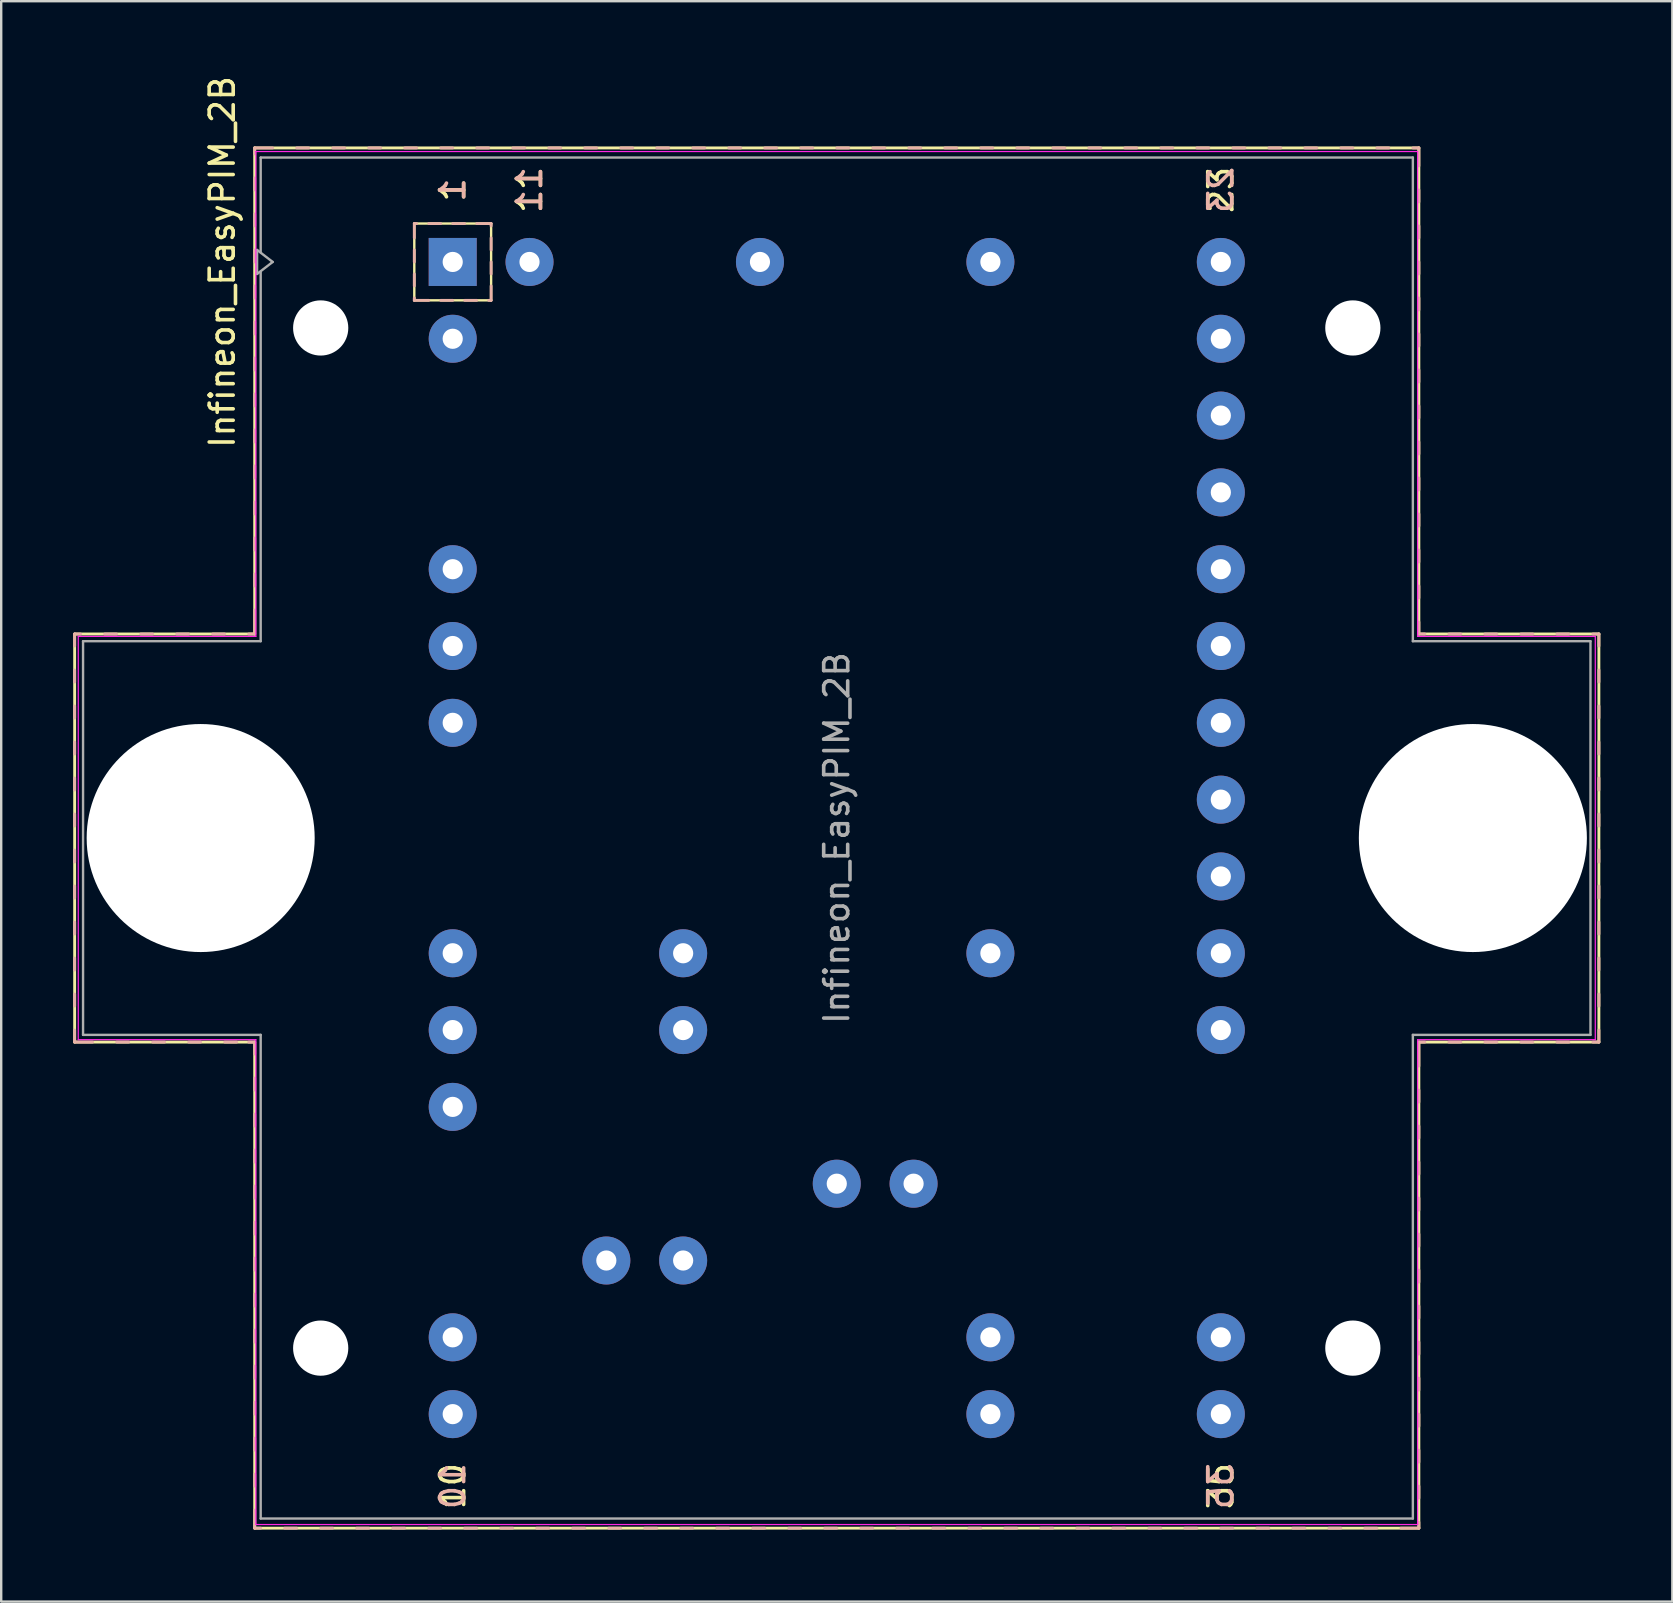
<source format=kicad_pcb>
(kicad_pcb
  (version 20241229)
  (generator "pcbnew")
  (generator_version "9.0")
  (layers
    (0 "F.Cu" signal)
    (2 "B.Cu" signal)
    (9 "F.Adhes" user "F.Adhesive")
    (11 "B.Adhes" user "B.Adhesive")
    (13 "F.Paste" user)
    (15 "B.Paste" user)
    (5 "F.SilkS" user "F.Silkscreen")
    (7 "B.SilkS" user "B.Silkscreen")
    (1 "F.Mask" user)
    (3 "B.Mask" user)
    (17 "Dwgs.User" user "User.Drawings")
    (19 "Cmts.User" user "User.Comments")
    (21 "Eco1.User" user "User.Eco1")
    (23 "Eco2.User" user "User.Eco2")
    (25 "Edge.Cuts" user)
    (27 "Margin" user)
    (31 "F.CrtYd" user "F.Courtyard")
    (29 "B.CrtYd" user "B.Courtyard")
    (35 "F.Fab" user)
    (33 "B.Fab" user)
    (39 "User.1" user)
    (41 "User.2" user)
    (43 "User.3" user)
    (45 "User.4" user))
  (footprint "Infineon_EasyPIM_2B"
    (layer "F.Cu")
    (at 15.81 7.863)
    (property "Reference" "Infineon_EasyPIM_2B" (at -9.6 0 90) (layer "F.SilkS") (effects (font (size 1 1) (thickness 0.15))))
    (attr through_hole)
    (fp_line (start -15.75 15.5) (end -15.75 32.5) (stroke (width 0.12) (type solid)) (layer "F.SilkS"))
    (fp_line (start -15.75 32.5) (end -8.25 32.5) (stroke (width 0.12) (type solid)) (layer "F.SilkS"))
    (fp_line (start -8.25 -4.75) (end -8.25 15.5) (stroke (width 0.12) (type solid)) (layer "F.SilkS"))
    (fp_line (start -8.25 15.5) (end -15.75 15.5) (stroke (width 0.12) (type solid)) (layer "F.SilkS"))
    (fp_line (start -8.25 32.5) (end -8.25 52.75) (stroke (width 0.12) (type solid)) (layer "F.SilkS"))
    (fp_line (start -8.25 52.75) (end 40.25 52.75) (stroke (width 0.12) (type solid)) (layer "F.SilkS"))
    (fp_line (start -1.6 -1.6) (end 1.6 -1.6) (stroke (width 0.1) (type solid)) (layer "F.SilkS"))
    (fp_line (start -1.6 1.6) (end -1.6 -1.6) (stroke (width 0.1) (type solid)) (layer "F.SilkS"))
    (fp_line (start 1.6 -1.6) (end 1.6 1.6) (stroke (width 0.1) (type solid)) (layer "F.SilkS"))
    (fp_line (start 1.6 1.6) (end -1.6 1.6) (stroke (width 0.1) (type solid)) (layer "F.SilkS"))
    (fp_line (start 40.25 -4.75) (end -8.25 -4.75) (stroke (width 0.12) (type solid)) (layer "F.SilkS"))
    (fp_line (start 40.25 15.5) (end 40.25 -4.75) (stroke (width 0.12) (type solid)) (layer "F.SilkS"))
    (fp_line (start 40.25 32.5) (end 47.75 32.5) (stroke (width 0.12) (type solid)) (layer "F.SilkS"))
    (fp_line (start 40.25 52.75) (end 40.25 32.5) (stroke (width 0.12) (type solid)) (layer "F.SilkS"))
    (fp_line (start 47.75 15.5) (end 40.25 15.5) (stroke (width 0.12) (type solid)) (layer "F.SilkS"))
    (fp_line (start 47.75 32.5) (end 47.75 15.5) (stroke (width 0.12) (type solid)) (layer "F.SilkS"))
    (fp_line (start -15.75 15.5) (end -15.75 16) (stroke (width 0.12) (type solid)) (layer "B.SilkS"))
    (fp_line (start -15.75 17) (end -15.75 17.5) (stroke (width 0.12) (type solid)) (layer "B.SilkS"))
    (fp_line (start -15.75 18.5) (end -15.75 19) (stroke (width 0.12) (type solid)) (layer "B.SilkS"))
    (fp_line (start -15.75 20) (end -15.75 20.5) (stroke (width 0.12) (type solid)) (layer "B.SilkS"))
    (fp_line (start -15.75 21.5) (end -15.75 22) (stroke (width 0.12) (type solid)) (layer "B.SilkS"))
    (fp_line (start -15.75 23) (end -15.75 23.5) (stroke (width 0.12) (type solid)) (layer "B.SilkS"))
    (fp_line (start -15.75 24.5) (end -15.75 25) (stroke (width 0.12) (type solid)) (layer "B.SilkS"))
    (fp_line (start -15.75 26) (end -15.75 26.5) (stroke (width 0.12) (type solid)) (layer "B.SilkS"))
    (fp_line (start -15.75 27.5) (end -15.75 28) (stroke (width 0.12) (type solid)) (layer "B.SilkS"))
    (fp_line (start -15.75 29) (end -15.75 29.5) (stroke (width 0.12) (type solid)) (layer "B.SilkS"))
    (fp_line (start -15.75 30.5) (end -15.75 31) (stroke (width 0.12) (type solid)) (layer "B.SilkS"))
    (fp_line (start -15.75 32) (end -15.75 32.5) (stroke (width 0.12) (type solid)) (layer "B.SilkS"))
    (fp_line (start -15.75 32.5) (end -15 32.5) (stroke (width 0.12) (type solid)) (layer "B.SilkS"))
    (fp_line (start -15.5 15.5) (end -15.75 15.5) (stroke (width 0.12) (type solid)) (layer "B.SilkS"))
    (fp_line (start -14 15.5) (end -14.5 15.5) (stroke (width 0.12) (type solid)) (layer "B.SilkS"))
    (fp_line (start -14 32.5) (end -13.5 32.5) (stroke (width 0.12) (type solid)) (layer "B.SilkS"))
    (fp_line (start -12.5 15.5) (end -13 15.5) (stroke (width 0.12) (type solid)) (layer "B.SilkS"))
    (fp_line (start -12.5 32.5) (end -12 32.5) (stroke (width 0.12) (type solid)) (layer "B.SilkS"))
    (fp_line (start -11 15.5) (end -11.5 15.5) (stroke (width 0.12) (type solid)) (layer "B.SilkS"))
    (fp_line (start -11 32.5) (end -10.5 32.5) (stroke (width 0.12) (type solid)) (layer "B.SilkS"))
    (fp_line (start -9.5 15.5) (end -10 15.5) (stroke (width 0.12) (type solid)) (layer "B.SilkS"))
    (fp_line (start -9.5 32.5) (end -9 32.5) (stroke (width 0.12) (type solid)) (layer "B.SilkS"))
    (fp_line (start -8.5 32.5) (end -8.25 32.5) (stroke (width 0.12) (type solid)) (layer "B.SilkS"))
    (fp_line (start -8.25 -4.75) (end -8.25 -4.5) (stroke (width 0.12) (type solid)) (layer "B.SilkS"))
    (fp_line (start -8.25 -3.5) (end -8.25 -3) (stroke (width 0.12) (type solid)) (layer "B.SilkS"))
    (fp_line (start -8.25 -2) (end -8.25 -1.5) (stroke (width 0.12) (type solid)) (layer "B.SilkS"))
    (fp_line (start -8.25 -0.5) (end -8.25 0) (stroke (width 0.12) (type solid)) (layer "B.SilkS"))
    (fp_line (start -8.25 1) (end -8.25 1.5) (stroke (width 0.12) (type solid)) (layer "B.SilkS"))
    (fp_line (start -8.25 2.5) (end -8.25 3) (stroke (width 0.12) (type solid)) (layer "B.SilkS"))
    (fp_line (start -8.25 4) (end -8.25 4.5) (stroke (width 0.12) (type solid)) (layer "B.SilkS"))
    (fp_line (start -8.25 5.5) (end -8.25 6) (stroke (width 0.12) (type solid)) (layer "B.SilkS"))
    (fp_line (start -8.25 7) (end -8.25 7.5) (stroke (width 0.12) (type solid)) (layer "B.SilkS"))
    (fp_line (start -8.25 8.5) (end -8.25 9) (stroke (width 0.12) (type solid)) (layer "B.SilkS"))
    (fp_line (start -8.25 10) (end -8.25 10.5) (stroke (width 0.12) (type solid)) (layer "B.SilkS"))
    (fp_line (start -8.25 11.5) (end -8.25 12) (stroke (width 0.12) (type solid)) (layer "B.SilkS"))
    (fp_line (start -8.25 13) (end -8.25 13.5) (stroke (width 0.12) (type solid)) (layer "B.SilkS"))
    (fp_line (start -8.25 14.5) (end -8.25 15.5) (stroke (width 0.12) (type solid)) (layer "B.SilkS"))
    (fp_line (start -8.25 15.5) (end -8.5 15.5) (stroke (width 0.12) (type solid)) (layer "B.SilkS"))
    (fp_line (start -8.25 32.5) (end -8.25 33) (stroke (width 0.12) (type solid)) (layer "B.SilkS"))
    (fp_line (start -8.25 34) (end -8.25 34.5) (stroke (width 0.12) (type solid)) (layer "B.SilkS"))
    (fp_line (start -8.25 35.5) (end -8.25 36) (stroke (width 0.12) (type solid)) (layer "B.SilkS"))
    (fp_line (start -8.25 37) (end -8.25 37.5) (stroke (width 0.12) (type solid)) (layer "B.SilkS"))
    (fp_line (start -8.25 38.5) (end -8.25 39) (stroke (width 0.12) (type solid)) (layer "B.SilkS"))
    (fp_line (start -8.25 40) (end -8.25 40.5) (stroke (width 0.12) (type solid)) (layer "B.SilkS"))
    (fp_line (start -8.25 41.5) (end -8.25 42) (stroke (width 0.12) (type solid)) (layer "B.SilkS"))
    (fp_line (start -8.25 43) (end -8.25 43.5) (stroke (width 0.12) (type solid)) (layer "B.SilkS"))
    (fp_line (start -8.25 44.5) (end -8.25 45) (stroke (width 0.12) (type solid)) (layer "B.SilkS"))
    (fp_line (start -8.25 46) (end -8.25 46.5) (stroke (width 0.12) (type solid)) (layer "B.SilkS"))
    (fp_line (start -8.25 47.5) (end -8.25 48) (stroke (width 0.12) (type solid)) (layer "B.SilkS"))
    (fp_line (start -8.25 49) (end -8.25 49.5) (stroke (width 0.12) (type solid)) (layer "B.SilkS"))
    (fp_line (start -8.25 50.5) (end -8.25 51) (stroke (width 0.12) (type solid)) (layer "B.SilkS"))
    (fp_line (start -8.25 52) (end -8.25 52.75) (stroke (width 0.12) (type solid)) (layer "B.SilkS"))
    (fp_line (start -8.25 52.75) (end -8 52.75) (stroke (width 0.12) (type solid)) (layer "B.SilkS"))
    (fp_line (start -7.5 -4.75) (end -8.25 -4.75) (stroke (width 0.12) (type solid)) (layer "B.SilkS"))
    (fp_line (start -7 52.75) (end -6.5 52.75) (stroke (width 0.12) (type solid)) (layer "B.SilkS"))
    (fp_line (start -6 -4.75) (end -6.5 -4.75) (stroke (width 0.12) (type solid)) (layer "B.SilkS"))
    (fp_line (start -5.5 52.75) (end -5 52.75) (stroke (width 0.12) (type solid)) (layer "B.SilkS"))
    (fp_line (start -4.5 -4.75) (end -5 -4.75) (stroke (width 0.12) (type solid)) (layer "B.SilkS"))
    (fp_line (start -4 52.75) (end -3.5 52.75) (stroke (width 0.12) (type solid)) (layer "B.SilkS"))
    (fp_line (start -3 -4.75) (end -3.5 -4.75) (stroke (width 0.12) (type solid)) (layer "B.SilkS"))
    (fp_line (start -2.5 52.75) (end -2 52.75) (stroke (width 0.12) (type solid)) (layer "B.SilkS"))
    (fp_line (start -1.6 -1.6) (end -1.6 -1) (stroke (width 0.12) (type solid)) (layer "B.SilkS"))
    (fp_line (start -1.6 -0.5) (end -1.6 0) (stroke (width 0.12) (type solid)) (layer "B.SilkS"))
    (fp_line (start -1.6 0.5) (end -1.6 1) (stroke (width 0.12) (type solid)) (layer "B.SilkS"))
    (fp_line (start -1.6 1.5) (end -1.6 1.6) (stroke (width 0.12) (type solid)) (layer "B.SilkS"))
    (fp_line (start -1.6 1.6) (end -1 1.6) (stroke (width 0.12) (type solid)) (layer "B.SilkS"))
    (fp_line (start -1.5 -4.75) (end -2 -4.75) (stroke (width 0.12) (type solid)) (layer "B.SilkS"))
    (fp_line (start -1.5 -1.6) (end -1.6 -1.6) (stroke (width 0.12) (type solid)) (layer "B.SilkS"))
    (fp_line (start -1 52.75) (end -0.5 52.75) (stroke (width 0.12) (type solid)) (layer "B.SilkS"))
    (fp_line (start -0.5 -1.6) (end -1 -1.6) (stroke (width 0.12) (type solid)) (layer "B.SilkS"))
    (fp_line (start -0.5 1.6) (end 0 1.6) (stroke (width 0.12) (type solid)) (layer "B.SilkS"))
    (fp_line (start 0 -4.75) (end -0.5 -4.75) (stroke (width 0.12) (type solid)) (layer "B.SilkS"))
    (fp_line (start 0.5 -1.6) (end 0 -1.6) (stroke (width 0.12) (type solid)) (layer "B.SilkS"))
    (fp_line (start 0.5 1.6) (end 1 1.6) (stroke (width 0.12) (type solid)) (layer "B.SilkS"))
    (fp_line (start 0.5 52.75) (end 1 52.75) (stroke (width 0.12) (type solid)) (layer "B.SilkS"))
    (fp_line (start 1.5 -4.75) (end 1 -4.75) (stroke (width 0.12) (type solid)) (layer "B.SilkS"))
    (fp_line (start 1.5 1.6) (end 1.6 1.6) (stroke (width 0.12) (type solid)) (layer "B.SilkS"))
    (fp_line (start 1.6 -1.6) (end 1 -1.6) (stroke (width 0.12) (type solid)) (layer "B.SilkS"))
    (fp_line (start 1.6 -1.5) (end 1.6 -1.6) (stroke (width 0.12) (type solid)) (layer "B.SilkS"))
    (fp_line (start 1.6 -0.5) (end 1.6 -1) (stroke (width 0.12) (type solid)) (layer "B.SilkS"))
    (fp_line (start 1.6 0.5) (end 1.6 0) (stroke (width 0.12) (type solid)) (layer "B.SilkS"))
    (fp_line (start 1.6 1.6) (end 1.6 1) (stroke (width 0.12) (type solid)) (layer "B.SilkS"))
    (fp_line (start 2 52.75) (end 2.5 52.75) (stroke (width 0.12) (type solid)) (layer "B.SilkS"))
    (fp_line (start 3 -4.75) (end 2.5 -4.75) (stroke (width 0.12) (type solid)) (layer "B.SilkS"))
    (fp_line (start 3.5 52.75) (end 4 52.75) (stroke (width 0.12) (type solid)) (layer "B.SilkS"))
    (fp_line (start 4.5 -4.75) (end 4 -4.75) (stroke (width 0.12) (type solid)) (layer "B.SilkS"))
    (fp_line (start 5 52.75) (end 5.5 52.75) (stroke (width 0.12) (type solid)) (layer "B.SilkS"))
    (fp_line (start 6 -4.75) (end 5.5 -4.75) (stroke (width 0.12) (type solid)) (layer "B.SilkS"))
    (fp_line (start 6.5 52.75) (end 7 52.75) (stroke (width 0.12) (type solid)) (layer "B.SilkS"))
    (fp_line (start 7.5 -4.75) (end 7 -4.75) (stroke (width 0.12) (type solid)) (layer "B.SilkS"))
    (fp_line (start 8 52.75) (end 8.5 52.75) (stroke (width 0.12) (type solid)) (layer "B.SilkS"))
    (fp_line (start 9 -4.75) (end 8.5 -4.75) (stroke (width 0.12) (type solid)) (layer "B.SilkS"))
    (fp_line (start 9.5 52.75) (end 10 52.75) (stroke (width 0.12) (type solid)) (layer "B.SilkS"))
    (fp_line (start 10.5 -4.75) (end 10 -4.75) (stroke (width 0.12) (type solid)) (layer "B.SilkS"))
    (fp_line (start 11 52.75) (end 11.5 52.75) (stroke (width 0.12) (type solid)) (layer "B.SilkS"))
    (fp_line (start 12 -4.75) (end 11.5 -4.75) (stroke (width 0.12) (type solid)) (layer "B.SilkS"))
    (fp_line (start 12.5 52.75) (end 13 52.75) (stroke (width 0.12) (type solid)) (layer "B.SilkS"))
    (fp_line (start 13.5 -4.75) (end 13 -4.75) (stroke (width 0.12) (type solid)) (layer "B.SilkS"))
    (fp_line (start 14 52.75) (end 14.5 52.75) (stroke (width 0.12) (type solid)) (layer "B.SilkS"))
    (fp_line (start 15 -4.75) (end 14.5 -4.75) (stroke (width 0.12) (type solid)) (layer "B.SilkS"))
    (fp_line (start 15.5 52.75) (end 16 52.75) (stroke (width 0.12) (type solid)) (layer "B.SilkS"))
    (fp_line (start 16.5 -4.75) (end 16 -4.75) (stroke (width 0.12) (type solid)) (layer "B.SilkS"))
    (fp_line (start 17 52.75) (end 17.5 52.75) (stroke (width 0.12) (type solid)) (layer "B.SilkS"))
    (fp_line (start 18 -4.75) (end 17.5 -4.75) (stroke (width 0.12) (type solid)) (layer "B.SilkS"))
    (fp_line (start 18.5 52.75) (end 19 52.75) (stroke (width 0.12) (type solid)) (layer "B.SilkS"))
    (fp_line (start 19.5 -4.75) (end 19 -4.75) (stroke (width 0.12) (type solid)) (layer "B.SilkS"))
    (fp_line (start 20 52.75) (end 20.5 52.75) (stroke (width 0.12) (type solid)) (layer "B.SilkS"))
    (fp_line (start 21 -4.75) (end 20.5 -4.75) (stroke (width 0.12) (type solid)) (layer "B.SilkS"))
    (fp_line (start 21.5 52.75) (end 22 52.75) (stroke (width 0.12) (type solid)) (layer "B.SilkS"))
    (fp_line (start 22.5 -4.75) (end 22 -4.75) (stroke (width 0.12) (type solid)) (layer "B.SilkS"))
    (fp_line (start 23 52.75) (end 23.5 52.75) (stroke (width 0.12) (type solid)) (layer "B.SilkS"))
    (fp_line (start 24 -4.75) (end 23.5 -4.75) (stroke (width 0.12) (type solid)) (layer "B.SilkS"))
    (fp_line (start 24.5 52.75) (end 25 52.75) (stroke (width 0.12) (type solid)) (layer "B.SilkS"))
    (fp_line (start 25.5 -4.75) (end 25 -4.75) (stroke (width 0.12) (type solid)) (layer "B.SilkS"))
    (fp_line (start 26 52.75) (end 26.5 52.75) (stroke (width 0.12) (type solid)) (layer "B.SilkS"))
    (fp_line (start 27 -4.75) (end 26.5 -4.75) (stroke (width 0.12) (type solid)) (layer "B.SilkS"))
    (fp_line (start 27.5 52.75) (end 28 52.75) (stroke (width 0.12) (type solid)) (layer "B.SilkS"))
    (fp_line (start 28.5 -4.75) (end 28 -4.75) (stroke (width 0.12) (type solid)) (layer "B.SilkS"))
    (fp_line (start 29 52.75) (end 29.5 52.75) (stroke (width 0.12) (type solid)) (layer "B.SilkS"))
    (fp_line (start 30 -4.75) (end 29.5 -4.75) (stroke (width 0.12) (type solid)) (layer "B.SilkS"))
    (fp_line (start 30.5 52.75) (end 31 52.75) (stroke (width 0.12) (type solid)) (layer "B.SilkS"))
    (fp_line (start 31.5 -4.75) (end 31 -4.75) (stroke (width 0.12) (type solid)) (layer "B.SilkS"))
    (fp_line (start 32 52.75) (end 32.5 52.75) (stroke (width 0.12) (type solid)) (layer "B.SilkS"))
    (fp_line (start 33 -4.75) (end 32.5 -4.75) (stroke (width 0.12) (type solid)) (layer "B.SilkS"))
    (fp_line (start 33.5 52.75) (end 34 52.75) (stroke (width 0.12) (type solid)) (layer "B.SilkS"))
    (fp_line (start 34.5 -4.75) (end 34 -4.75) (stroke (width 0.12) (type solid)) (layer "B.SilkS"))
    (fp_line (start 35 52.75) (end 35.5 52.75) (stroke (width 0.12) (type solid)) (layer "B.SilkS"))
    (fp_line (start 36 -4.75) (end 35.5 -4.75) (stroke (width 0.12) (type solid)) (layer "B.SilkS"))
    (fp_line (start 36.5 52.75) (end 37 52.75) (stroke (width 0.12) (type solid)) (layer "B.SilkS"))
    (fp_line (start 37.5 -4.75) (end 37 -4.75) (stroke (width 0.12) (type solid)) (layer "B.SilkS"))
    (fp_line (start 38 52.75) (end 38.5 52.75) (stroke (width 0.12) (type solid)) (layer "B.SilkS"))
    (fp_line (start 39 -4.75) (end 38.5 -4.75) (stroke (width 0.12) (type solid)) (layer "B.SilkS"))
    (fp_line (start 39.5 52.75) (end 40.25 52.75) (stroke (width 0.12) (type solid)) (layer "B.SilkS"))
    (fp_line (start 40.25 -4.75) (end 40 -4.75) (stroke (width 0.12) (type solid)) (layer "B.SilkS"))
    (fp_line (start 40.25 -4) (end 40.25 -4.75) (stroke (width 0.12) (type solid)) (layer "B.SilkS"))
    (fp_line (start 40.25 -2.5) (end 40.25 -3) (stroke (width 0.12) (type solid)) (layer "B.SilkS"))
    (fp_line (start 40.25 -1) (end 40.25 -1.5) (stroke (width 0.12) (type solid)) (layer "B.SilkS"))
    (fp_line (start 40.25 0.5) (end 40.25 0) (stroke (width 0.12) (type solid)) (layer "B.SilkS"))
    (fp_line (start 40.25 2) (end 40.25 1.5) (stroke (width 0.12) (type solid)) (layer "B.SilkS"))
    (fp_line (start 40.25 3.5) (end 40.25 3) (stroke (width 0.12) (type solid)) (layer "B.SilkS"))
    (fp_line (start 40.25 5) (end 40.25 4.5) (stroke (width 0.12) (type solid)) (layer "B.SilkS"))
    (fp_line (start 40.25 6.5) (end 40.25 6) (stroke (width 0.12) (type solid)) (layer "B.SilkS"))
    (fp_line (start 40.25 8) (end 40.25 7.5) (stroke (width 0.12) (type solid)) (layer "B.SilkS"))
    (fp_line (start 40.25 9.5) (end 40.25 9) (stroke (width 0.12) (type solid)) (layer "B.SilkS"))
    (fp_line (start 40.25 11) (end 40.25 10.5) (stroke (width 0.12) (type solid)) (layer "B.SilkS"))
    (fp_line (start 40.25 12.5) (end 40.25 12) (stroke (width 0.12) (type solid)) (layer "B.SilkS"))
    (fp_line (start 40.25 14) (end 40.25 13.5) (stroke (width 0.12) (type solid)) (layer "B.SilkS"))
    (fp_line (start 40.25 15.5) (end 40.25 15) (stroke (width 0.12) (type solid)) (layer "B.SilkS"))
    (fp_line (start 40.25 32.5) (end 40.5 32.5) (stroke (width 0.12) (type solid)) (layer "B.SilkS"))
    (fp_line (start 40.25 33.5) (end 40.25 32.5) (stroke (width 0.12) (type solid)) (layer "B.SilkS"))
    (fp_line (start 40.25 35) (end 40.25 34.5) (stroke (width 0.12) (type solid)) (layer "B.SilkS"))
    (fp_line (start 40.25 36.5) (end 40.25 36) (stroke (width 0.12) (type solid)) (layer "B.SilkS"))
    (fp_line (start 40.25 38) (end 40.25 37.5) (stroke (width 0.12) (type solid)) (layer "B.SilkS"))
    (fp_line (start 40.25 39.5) (end 40.25 39) (stroke (width 0.12) (type solid)) (layer "B.SilkS"))
    (fp_line (start 40.25 41) (end 40.25 40.5) (stroke (width 0.12) (type solid)) (layer "B.SilkS"))
    (fp_line (start 40.25 42.5) (end 40.25 42) (stroke (width 0.12) (type solid)) (layer "B.SilkS"))
    (fp_line (start 40.25 44) (end 40.25 43.5) (stroke (width 0.12) (type solid)) (layer "B.SilkS"))
    (fp_line (start 40.25 45.5) (end 40.25 45) (stroke (width 0.12) (type solid)) (layer "B.SilkS"))
    (fp_line (start 40.25 47) (end 40.25 46.5) (stroke (width 0.12) (type solid)) (layer "B.SilkS"))
    (fp_line (start 40.25 48.5) (end 40.25 48) (stroke (width 0.12) (type solid)) (layer "B.SilkS"))
    (fp_line (start 40.25 50) (end 40.25 49.5) (stroke (width 0.12) (type solid)) (layer "B.SilkS"))
    (fp_line (start 40.25 51.5) (end 40.25 51) (stroke (width 0.12) (type solid)) (layer "B.SilkS"))
    (fp_line (start 40.25 52.75) (end 40.25 52.5) (stroke (width 0.12) (type solid)) (layer "B.SilkS"))
    (fp_line (start 40.5 15.5) (end 40.25 15.5) (stroke (width 0.12) (type solid)) (layer "B.SilkS"))
    (fp_line (start 41.5 32.5) (end 42 32.5) (stroke (width 0.12) (type solid)) (layer "B.SilkS"))
    (fp_line (start 42 15.5) (end 41.5 15.5) (stroke (width 0.12) (type solid)) (layer "B.SilkS"))
    (fp_line (start 43 32.5) (end 43.5 32.5) (stroke (width 0.12) (type solid)) (layer "B.SilkS"))
    (fp_line (start 43.5 15.5) (end 43 15.5) (stroke (width 0.12) (type solid)) (layer "B.SilkS"))
    (fp_line (start 44.5 32.5) (end 45 32.5) (stroke (width 0.12) (type solid)) (layer "B.SilkS"))
    (fp_line (start 45 15.5) (end 44.5 15.5) (stroke (width 0.12) (type solid)) (layer "B.SilkS"))
    (fp_line (start 46 32.5) (end 46.5 32.5) (stroke (width 0.12) (type solid)) (layer "B.SilkS"))
    (fp_line (start 46.5 15.5) (end 46 15.5) (stroke (width 0.12) (type solid)) (layer "B.SilkS"))
    (fp_line (start 47.5 32.5) (end 47.75 32.5) (stroke (width 0.12) (type solid)) (layer "B.SilkS"))
    (fp_line (start 47.75 15.5) (end 47.5 15.5) (stroke (width 0.12) (type solid)) (layer "B.SilkS"))
    (fp_line (start 47.75 16) (end 47.75 15.5) (stroke (width 0.12) (type solid)) (layer "B.SilkS"))
    (fp_line (start 47.75 17.5) (end 47.75 17) (stroke (width 0.12) (type solid)) (layer "B.SilkS"))
    (fp_line (start 47.75 19) (end 47.75 18.5) (stroke (width 0.12) (type solid)) (layer "B.SilkS"))
    (fp_line (start 47.75 20.5) (end 47.75 20) (stroke (width 0.12) (type solid)) (layer "B.SilkS"))
    (fp_line (start 47.75 22) (end 47.75 21.5) (stroke (width 0.12) (type solid)) (layer "B.SilkS"))
    (fp_line (start 47.75 23.5) (end 47.75 23) (stroke (width 0.12) (type solid)) (layer "B.SilkS"))
    (fp_line (start 47.75 25) (end 47.75 24.5) (stroke (width 0.12) (type solid)) (layer "B.SilkS"))
    (fp_line (start 47.75 26.5) (end 47.75 26) (stroke (width 0.12) (type solid)) (layer "B.SilkS"))
    (fp_line (start 47.75 28) (end 47.75 27.5) (stroke (width 0.12) (type solid)) (layer "B.SilkS"))
    (fp_line (start 47.75 29.5) (end 47.75 29) (stroke (width 0.12) (type solid)) (layer "B.SilkS"))
    (fp_line (start 47.75 31) (end 47.75 30.5) (stroke (width 0.12) (type solid)) (layer "B.SilkS"))
    (fp_line (start 47.75 32.5) (end 47.75 32) (stroke (width 0.12) (type solid)) (layer "B.SilkS"))
    (fp_line (start -15.6 15.6) (end -15.6 32.4) (stroke (width 0.05) (type solid)) (layer "F.CrtYd"))
    (fp_line (start -15.6 32.4) (end -8.2 32.4) (stroke (width 0.05) (type solid)) (layer "F.CrtYd"))
    (fp_line (start -8.2 -4.6) (end -8.2 15.6) (stroke (width 0.05) (type solid)) (layer "F.CrtYd"))
    (fp_line (start -8.2 15.6) (end -15.6 15.6) (stroke (width 0.05) (type solid)) (layer "F.CrtYd"))
    (fp_line (start -8.2 32.4) (end -8.2 52.6) (stroke (width 0.05) (type solid)) (layer "F.CrtYd"))
    (fp_line (start -8.2 52.6) (end 40.2 52.6) (stroke (width 0.05) (type solid)) (layer "F.CrtYd"))
    (fp_line (start 40.2 -4.6) (end -8.2 -4.6) (stroke (width 0.05) (type solid)) (layer "F.CrtYd"))
    (fp_line (start 40.2 15.6) (end 40.2 -4.6) (stroke (width 0.05) (type solid)) (layer "F.CrtYd"))
    (fp_line (start 40.2 32.4) (end 47.6 32.4) (stroke (width 0.05) (type solid)) (layer "F.CrtYd"))
    (fp_line (start 40.2 52.6) (end 40.2 32.4) (stroke (width 0.05) (type solid)) (layer "F.CrtYd"))
    (fp_line (start 47.6 15.6) (end 40.2 15.6) (stroke (width 0.05) (type solid)) (layer "F.CrtYd"))
    (fp_line (start 47.6 32.4) (end 47.6 15.6) (stroke (width 0.05) (type solid)) (layer "F.CrtYd"))
    (fp_line (start -15.4 15.8) (end -15.4 32.2) (stroke (width 0.1) (type solid)) (layer "F.Fab"))
    (fp_line (start -15.4 15.8) (end -8 15.8) (stroke (width 0.1) (type solid)) (layer "F.Fab"))
    (fp_line (start -15.4 32.2) (end -8 32.2) (stroke (width 0.1) (type solid)) (layer "F.Fab"))
    (fp_line (start -8.15 -0.5) (end -8.15 0.5) (stroke (width 0.1) (type solid)) (layer "F.Fab"))
    (fp_line (start -8.15 0.5) (end -7.5 0) (stroke (width 0.1) (type solid)) (layer "F.Fab"))
    (fp_line (start -8 -0.4) (end -8 -4.35) (stroke (width 0.1) (type solid)) (layer "F.Fab"))
    (fp_line (start -8 0.4) (end -8 15.8) (stroke (width 0.1) (type solid)) (layer "F.Fab"))
    (fp_line (start -8 32.2) (end -8 52.35) (stroke (width 0.1) (type solid)) (layer "F.Fab"))
    (fp_line (start -8 52.35) (end 40 52.35) (stroke (width 0.1) (type solid)) (layer "F.Fab"))
    (fp_line (start -7.5 0) (end -8.15 -0.5) (stroke (width 0.1) (type solid)) (layer "F.Fab"))
    (fp_line (start 40 -4.35) (end -8 -4.35) (stroke (width 0.1) (type solid)) (layer "F.Fab"))
    (fp_line (start 40 15.8) (end 40 -4.35) (stroke (width 0.1) (type solid)) (layer "F.Fab"))
    (fp_line (start 40 52.35) (end 40 32.2) (stroke (width 0.1) (type solid)) (layer "F.Fab"))
    (fp_line (start 47.4 15.8) (end 40 15.8) (stroke (width 0.1) (type solid)) (layer "F.Fab"))
    (fp_line (start 47.4 15.8) (end 47.4 32.2) (stroke (width 0.1) (type solid)) (layer "F.Fab"))
    (fp_line (start 47.4 32.2) (end 40 32.2) (stroke (width 0.1) (type solid)) (layer "F.Fab"))
    (fp_text user "1" (at 0 -3 90) (layer "F.SilkS") (effects (font (size 1 1) (thickness 0.15))))
    (fp_text user "35" (at 32 51 90) (layer "F.SilkS") (effects (font (size 1 1) (thickness 0.15))))
    (fp_text user "23" (at 32 -3 90) (layer "F.SilkS") (effects (font (size 1 1) (thickness 0.15))))
    (fp_text user "11" (at 3.2 -3 90) (layer "F.SilkS") (effects (font (size 1 1) (thickness 0.15))))
    (fp_text user "10" (at 0 51 90) (layer "F.SilkS") (effects (font (size 1 1) (thickness 0.15))))
    (fp_text user "35" (at 32 51 270) (layer "B.SilkS") (effects (font (size 1 1) (thickness 0.15)) (justify mirror)))
    (fp_text user "23" (at 32 -3 90) (layer "B.SilkS") (effects (font (size 1 1) (thickness 0.15)) (justify mirror)))
    (fp_text user "1" (at 0 -3 90) (layer "B.SilkS") (effects (font (size 1 1) (thickness 0.15)) (justify mirror)))
    (fp_text user "10" (at 0 51 90) (layer "B.SilkS") (effects (font (size 1 1) (thickness 0.15)) (justify mirror)))
    (fp_text user "11" (at 3.2 -3 90) (layer "B.SilkS") (effects (font (size 1 1) (thickness 0.15)) (justify mirror)))
    (fp_text user "${REFERENCE}" (at 16 24 90) (layer "F.Fab") (effects (font (size 1 1) (thickness 0.15))))
    (pad "" np_thru_hole circle (at -10.5 24 90) (size 9.5 9.5) (drill 9.5) (layers "*.Cu" "*.Mask"))
    (pad "" np_thru_hole circle (at -5.5 2.75 90) (size 2.3 2.3) (drill 2.3) (layers "*.Cu" "*.Mask"))
    (pad "" np_thru_hole circle (at -5.5 45.25 90) (size 2.3 2.3) (drill 2.3) (layers "*.Cu" "*.Mask"))
    (pad "" np_thru_hole circle (at 37.5 2.75 270) (size 2.3 2.3) (drill 2.3) (layers "*.Cu" "*.Mask"))
    (pad "" np_thru_hole circle (at 37.5 45.25 270) (size 2.3 2.3) (drill 2.3) (layers "*.Cu" "*.Mask"))
    (pad "" np_thru_hole circle (at 42.5 24 270) (size 9.5 9.5) (drill 9.5) (layers "*.Cu" "*.Mask"))
    (pad "1" thru_hole rect (at 0 0 90) (size 2 2) (drill 0.84) (layers "*.Cu" "*.Mask"))
    (pad "2" thru_hole circle (at 0 3.2 90) (size 2 2) (drill 0.84) (layers "*.Cu" "*.Mask"))
    (pad "3" thru_hole circle (at 0 12.8 90) (size 2 2) (drill 0.84) (layers "*.Cu" "*.Mask"))
    (pad "4" thru_hole circle (at 0 16 90) (size 2 2) (drill 0.84) (layers "*.Cu" "*.Mask"))
    (pad "5" thru_hole circle (at 0 19.2 90) (size 2 2) (drill 0.84) (layers "*.Cu" "*.Mask"))
    (pad "6" thru_hole circle (at 0 28.8 90) (size 2 2) (drill 0.84) (layers "*.Cu" "*.Mask"))
    (pad "7" thru_hole circle (at 0 32 90) (size 2 2) (drill 0.84) (layers "*.Cu" "*.Mask"))
    (pad "8" thru_hole circle (at 0 35.2 90) (size 2 2) (drill 0.84) (layers "*.Cu" "*.Mask"))
    (pad "9" thru_hole circle (at 0 44.8 90) (size 2 2) (drill 0.84) (layers "*.Cu" "*.Mask"))
    (pad "10" thru_hole circle (at 0 48 90) (size 2 2) (drill 0.84) (layers "*.Cu" "*.Mask"))
    (pad "11" thru_hole circle (at 3.2 0 90) (size 2 2) (drill 0.84) (layers "*.Cu" "*.Mask"))
    (pad "12" thru_hole circle (at 6.4 41.6 90) (size 2 2) (drill 0.84) (layers "*.Cu" "*.Mask"))
    (pad "13" thru_hole circle (at 9.6 28.8 90) (size 2 2) (drill 0.84) (layers "*.Cu" "*.Mask"))
    (pad "14" thru_hole circle (at 9.6 32 90) (size 2 2) (drill 0.84) (layers "*.Cu" "*.Mask"))
    (pad "15" thru_hole circle (at 9.6 41.6 90) (size 2 2) (drill 0.84) (layers "*.Cu" "*.Mask"))
    (pad "16" thru_hole circle (at 12.8 0 90) (size 2 2) (drill 0.84) (layers "*.Cu" "*.Mask"))
    (pad "17" thru_hole circle (at 16 38.4 90) (size 2 2) (drill 0.84) (layers "*.Cu" "*.Mask"))
    (pad "18" thru_hole circle (at 19.2 38.4 90) (size 2 2) (drill 0.84) (layers "*.Cu" "*.Mask"))
    (pad "19" thru_hole circle (at 22.4 0 90) (size 2 2) (drill 0.84) (layers "*.Cu" "*.Mask"))
    (pad "20" thru_hole circle (at 22.4 28.8 90) (size 2 2) (drill 0.84) (layers "*.Cu" "*.Mask"))
    (pad "21" thru_hole circle (at 22.4 44.8 90) (size 2 2) (drill 0.84) (layers "*.Cu" "*.Mask"))
    (pad "22" thru_hole circle (at 22.4 48 90) (size 2 2) (drill 0.84) (layers "*.Cu" "*.Mask"))
    (pad "23" thru_hole circle (at 32 0 90) (size 2 2) (drill 0.84) (layers "*.Cu" "*.Mask"))
    (pad "24" thru_hole circle (at 32 3.2 90) (size 2 2) (drill 0.84) (layers "*.Cu" "*.Mask"))
    (pad "25" thru_hole circle (at 32 6.4 90) (size 2 2) (drill 0.84) (layers "*.Cu" "*.Mask"))
    (pad "26" thru_hole circle (at 32 9.6 90) (size 2 2) (drill 0.84) (layers "*.Cu" "*.Mask"))
    (pad "27" thru_hole circle (at 32 12.8 90) (size 2 2) (drill 0.84) (layers "*.Cu" "*.Mask"))
    (pad "28" thru_hole circle (at 32 16) (size 2 2) (drill 0.84) (layers "*.Cu" "*.Mask"))
    (pad "29" thru_hole circle (at 32 19.2) (size 2 2) (drill 0.84) (layers "*.Cu" "*.Mask"))
    (pad "30" thru_hole circle (at 32 22.4) (size 2 2) (drill 0.84) (layers "*.Cu" "*.Mask"))
    (pad "31" thru_hole circle (at 32 25.6) (size 2 2) (drill 0.84) (layers "*.Cu" "*.Mask"))
    (pad "32" thru_hole circle (at 32 28.8) (size 2 2) (drill 0.84) (layers "*.Cu" "*.Mask"))
    (pad "33" thru_hole circle (at 32 32) (size 2 2) (drill 0.84) (layers "*.Cu" "*.Mask"))
    (pad "34" thru_hole circle (at 32 44.8) (size 2 2) (drill 0.84) (layers "*.Cu" "*.Mask"))
    (pad "35" thru_hole circle (at 32 48) (size 2 2) (drill 0.84) (layers "*.Cu" "*.Mask")))
  (gr_rect
    (start -3 -3)
    (end 66.62 63.673)
    (stroke (width 0.1) (type default))
    (fill no)
    (layer "Edge.Cuts")))
</source>
